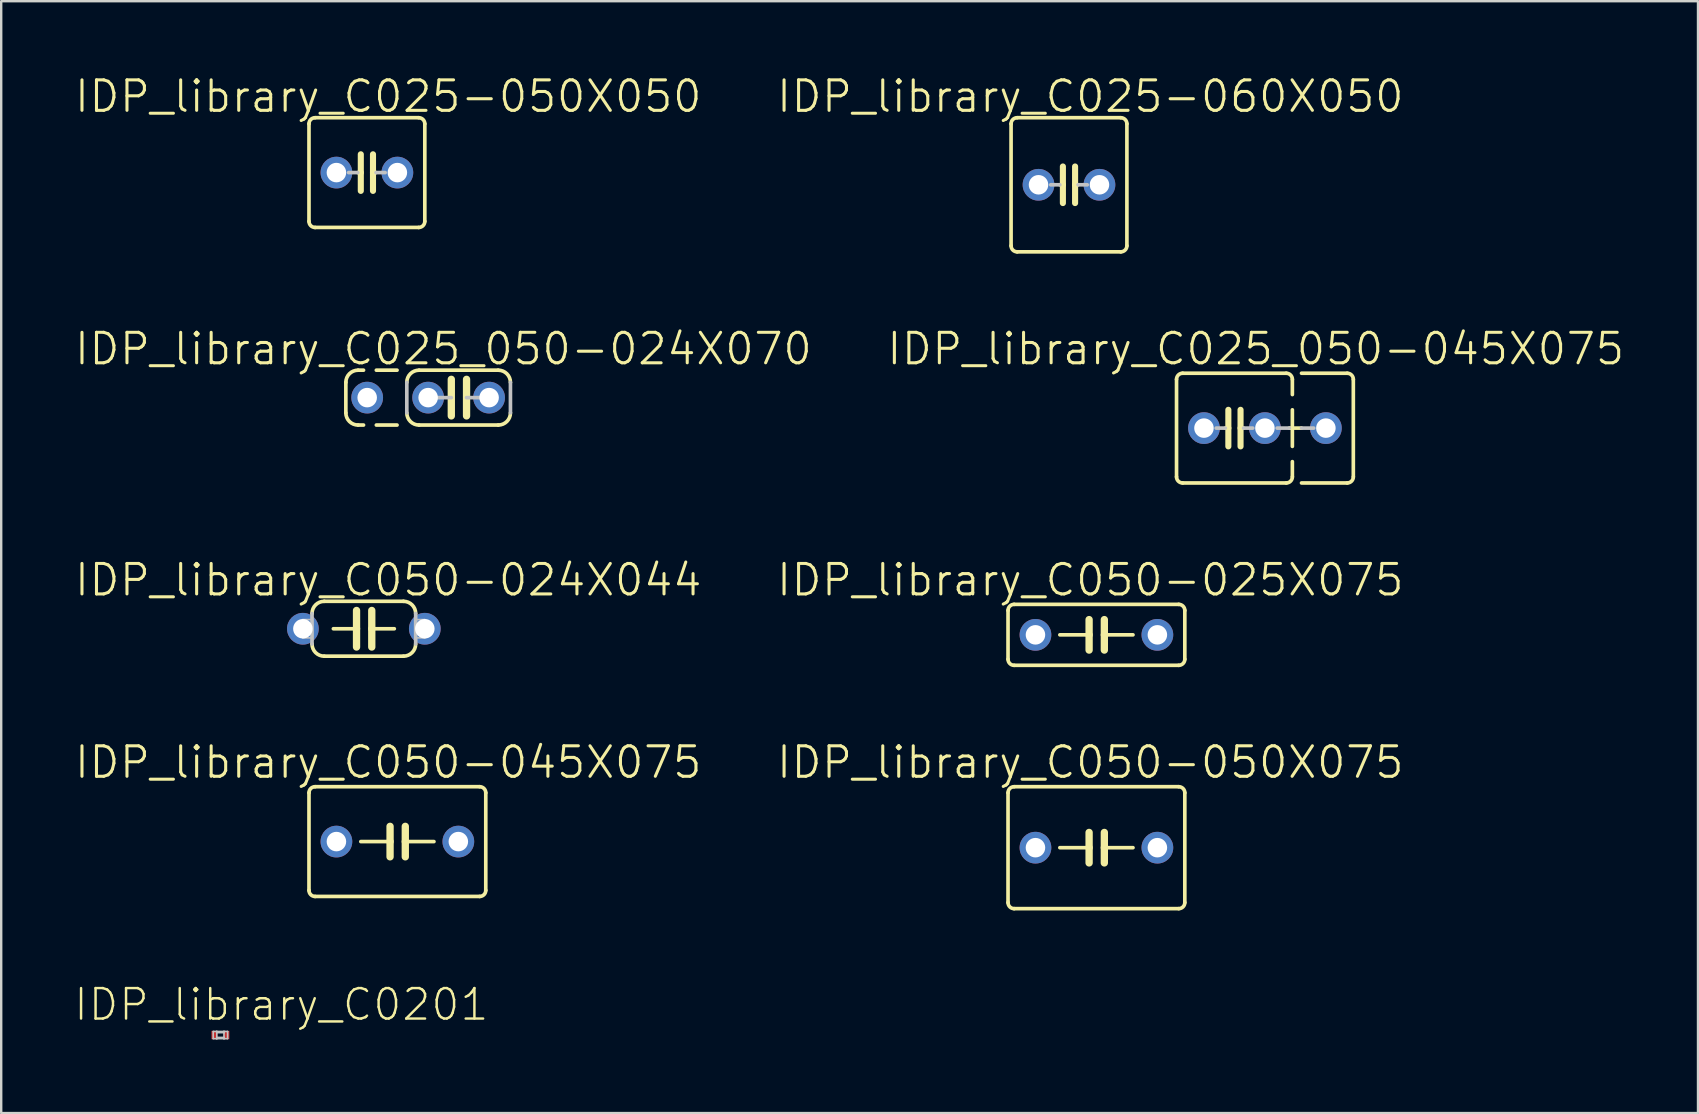
<source format=kicad_pcb>
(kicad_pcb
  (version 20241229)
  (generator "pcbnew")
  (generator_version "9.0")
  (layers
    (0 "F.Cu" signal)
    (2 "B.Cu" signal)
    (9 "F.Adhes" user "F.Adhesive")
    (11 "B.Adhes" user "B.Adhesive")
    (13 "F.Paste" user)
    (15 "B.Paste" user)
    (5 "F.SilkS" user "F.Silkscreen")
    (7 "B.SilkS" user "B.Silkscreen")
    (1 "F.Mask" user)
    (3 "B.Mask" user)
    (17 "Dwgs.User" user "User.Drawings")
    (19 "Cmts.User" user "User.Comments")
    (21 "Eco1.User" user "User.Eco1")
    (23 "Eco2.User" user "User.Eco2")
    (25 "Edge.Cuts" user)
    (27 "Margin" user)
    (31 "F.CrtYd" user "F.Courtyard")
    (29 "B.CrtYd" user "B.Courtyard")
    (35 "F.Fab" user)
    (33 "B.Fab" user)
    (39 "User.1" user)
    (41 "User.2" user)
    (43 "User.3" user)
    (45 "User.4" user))
  (footprint "IDP_library_C050-024X044"
    (layer "F.Cu")
    (at 12.11 23.147)
    (property "Reference" "IDP_library_C050-024X044" (at 1.016 -2.032 0) (layer "F.SilkS") (effects (font (size 1.27 1.27) (thickness 0.127))))
    (attr exclude_from_pos_files exclude_from_bom)
    (fp_line (start -1.27 0) (end -0.305 0) (stroke (width 0.152) (type solid)) (layer "F.SilkS"))
    (fp_line (start -0.305 -0.762) (end -0.305 0) (stroke (width 0.305) (type solid)) (layer "F.SilkS"))
    (fp_line (start -0.305 0) (end -0.305 0.762) (stroke (width 0.305) (type solid)) (layer "F.SilkS"))
    (fp_line (start 0.33 -0.762) (end 0.33 0) (stroke (width 0.305) (type solid)) (layer "F.SilkS"))
    (fp_line (start 0.33 0) (end 0.33 0.762) (stroke (width 0.305) (type solid)) (layer "F.SilkS"))
    (fp_line (start 1.27 0) (end 0.33 0) (stroke (width 0.152) (type solid)) (layer "F.SilkS"))
    (fp_line (start 1.651 -1.143) (end -1.651 -1.143) (stroke (width 0.152) (type solid)) (layer "F.SilkS"))
    (fp_line (start 1.651 1.143) (end -1.651 1.143) (stroke (width 0.152) (type solid)) (layer "F.SilkS"))
    (fp_arc (start -2.159 -0.635) (mid -2.01021 -0.99421) (end -1.651 -1.143) (stroke (width 0.1524) (type solid)) (layer "F.SilkS"))
    (fp_arc (start -1.651 1.143) (mid -2.01021 0.99421) (end -2.159 0.635) (stroke (width 0.1524) (type solid)) (layer "F.SilkS"))
    (fp_arc (start 1.651 -1.143) (mid 2.01021 -0.99421) (end 2.159 -0.635) (stroke (width 0.1524) (type solid)) (layer "F.SilkS"))
    (fp_arc (start 2.159 0.635) (mid 2.01021 0.99421) (end 1.651 1.143) (stroke (width 0.1524) (type solid)) (layer "F.SilkS"))
    (fp_line (start -2.54 -0.381) (end -2.159 -0.381) (stroke (width 0.066) (type solid)) (layer "Dwgs.User"))
    (fp_line (start -2.54 0.381) (end -2.54 -0.381) (stroke (width 0.066) (type solid)) (layer "Dwgs.User"))
    (fp_line (start -2.54 0.381) (end -2.159 0.381) (stroke (width 0.066) (type solid)) (layer "Dwgs.User"))
    (fp_line (start -2.159 0.381) (end -2.159 -0.381) (stroke (width 0.066) (type solid)) (layer "Dwgs.User"))
    (fp_line (start -2.159 0.635) (end -2.159 -0.635) (stroke (width 0.152) (type solid)) (layer "Dwgs.User"))
    (fp_line (start 2.159 -0.381) (end 2.54 -0.381) (stroke (width 0.066) (type solid)) (layer "Dwgs.User"))
    (fp_line (start 2.159 0.381) (end 2.159 -0.381) (stroke (width 0.066) (type solid)) (layer "Dwgs.User"))
    (fp_line (start 2.159 0.381) (end 2.54 0.381) (stroke (width 0.066) (type solid)) (layer "Dwgs.User"))
    (fp_line (start 2.159 0.635) (end 2.159 -0.635) (stroke (width 0.152) (type solid)) (layer "Dwgs.User"))
    (fp_line (start 2.54 0.381) (end 2.54 -0.381) (stroke (width 0.066) (type solid)) (layer "Dwgs.User"))
    (pad "1" thru_hole circle (at -2.54 0) (size 1.321 1.321) (drill 0.813) (layers "*.Cu" "*.Paste" "*.Mask"))
    (pad "2" thru_hole circle (at 2.54 0) (size 1.321 1.321) (drill 0.813) (layers "*.Cu" "*.Paste" "*.Mask")))
  (footprint "IDP_library_C050-045X075"
    (layer "F.Cu")
    (at 13.507 32.015)
    (property "Reference" "IDP_library_C050-045X075" (at -0.381 -3.302 0) (layer "F.SilkS") (effects (font (size 1.27 1.27) (thickness 0.127))))
    (attr exclude_from_pos_files exclude_from_bom)
    (fp_line (start -3.683 -2.032) (end -3.683 2.032) (stroke (width 0.152) (type solid)) (layer "F.SilkS"))
    (fp_line (start -3.429 2.286) (end 3.429 2.286) (stroke (width 0.152) (type solid)) (layer "F.SilkS"))
    (fp_line (start -0.305 -0.635) (end -0.305 0) (stroke (width 0.305) (type solid)) (layer "F.SilkS"))
    (fp_line (start -0.305 0) (end -1.524 0) (stroke (width 0.152) (type solid)) (layer "F.SilkS"))
    (fp_line (start -0.305 0) (end -0.305 0.635) (stroke (width 0.305) (type solid)) (layer "F.SilkS"))
    (fp_line (start 0.33 -0.635) (end 0.33 0) (stroke (width 0.305) (type solid)) (layer "F.SilkS"))
    (fp_line (start 0.33 0) (end 0.33 0.635) (stroke (width 0.305) (type solid)) (layer "F.SilkS"))
    (fp_line (start 0.33 0) (end 1.524 0) (stroke (width 0.152) (type solid)) (layer "F.SilkS"))
    (fp_line (start 3.429 -2.286) (end -3.429 -2.286) (stroke (width 0.152) (type solid)) (layer "F.SilkS"))
    (fp_line (start 3.683 2.032) (end 3.683 -2.032) (stroke (width 0.152) (type solid)) (layer "F.SilkS"))
    (fp_arc (start -3.683 -2.032) (mid -3.608605 -2.211605) (end -3.429 -2.286) (stroke (width 0.1524) (type solid)) (layer "F.SilkS"))
    (fp_arc (start -3.429 2.286) (mid -3.608605 2.211605) (end -3.683 2.032) (stroke (width 0.1524) (type solid)) (layer "F.SilkS"))
    (fp_arc (start 3.429 -2.286) (mid 3.608605 -2.211605) (end 3.683 -2.032) (stroke (width 0.1524) (type solid)) (layer "F.SilkS"))
    (fp_arc (start 3.683 2.032) (mid 3.608605 2.211605) (end 3.429 2.286) (stroke (width 0.1524) (type solid)) (layer "F.SilkS"))
    (pad "1" thru_hole circle (at -2.54 0) (size 1.321 1.321) (drill 0.813) (layers "*.Cu" "*.Paste" "*.Mask"))
    (pad "2" thru_hole circle (at 2.54 0) (size 1.321 1.321) (drill 0.813) (layers "*.Cu" "*.Paste" "*.Mask")))
  (footprint "IDP_library_C025-050X050"
    (layer "F.Cu")
    (at 12.237 4.141)
    (property "Reference" "IDP_library_C025-050X050" (at 0.889 -3.175 0) (layer "F.SilkS") (effects (font (size 1.27 1.27) (thickness 0.127))))
    (attr exclude_from_pos_files exclude_from_bom)
    (fp_line (start -2.413 -2.032) (end -2.413 2.032) (stroke (width 0.152) (type solid)) (layer "F.SilkS"))
    (fp_line (start -2.159 -2.286) (end 2.159 -2.286) (stroke (width 0.152) (type solid)) (layer "F.SilkS"))
    (fp_line (start -0.254 -0.762) (end -0.254 0) (stroke (width 0.254) (type solid)) (layer "F.SilkS"))
    (fp_line (start -0.254 0) (end -0.381 0) (stroke (width 0.152) (type solid)) (layer "F.SilkS"))
    (fp_line (start -0.254 0) (end -0.254 0.762) (stroke (width 0.254) (type solid)) (layer "F.SilkS"))
    (fp_line (start 0.254 0) (end 0.254 -0.762) (stroke (width 0.254) (type solid)) (layer "F.SilkS"))
    (fp_line (start 0.254 0) (end 0.254 0.762) (stroke (width 0.254) (type solid)) (layer "F.SilkS"))
    (fp_line (start 0.381 0) (end 0.254 0) (stroke (width 0.152) (type solid)) (layer "F.SilkS"))
    (fp_line (start 2.159 2.286) (end -2.159 2.286) (stroke (width 0.152) (type solid)) (layer "F.SilkS"))
    (fp_line (start 2.413 -2.032) (end 2.413 2.032) (stroke (width 0.152) (type solid)) (layer "F.SilkS"))
    (fp_arc (start -2.413 -2.032) (mid -2.338605 -2.211605) (end -2.159 -2.286) (stroke (width 0.1524) (type solid)) (layer "F.SilkS"))
    (fp_arc (start -2.159 2.286) (mid -2.338605 2.211605) (end -2.413 2.032) (stroke (width 0.1524) (type solid)) (layer "F.SilkS"))
    (fp_arc (start 2.159 -2.286) (mid 2.338605 -2.211605) (end 2.413 -2.032) (stroke (width 0.1524) (type solid)) (layer "F.SilkS"))
    (fp_arc (start 2.413 2.032) (mid 2.338605 2.211605) (end 2.159 2.286) (stroke (width 0.1524) (type solid)) (layer "F.SilkS"))
    (fp_line (start -0.381 0) (end -0.762 0) (stroke (width 0.152) (type solid)) (layer "Dwgs.User"))
    (fp_line (start 0.762 0) (end 0.381 0) (stroke (width 0.152) (type solid)) (layer "Dwgs.User"))
    (pad "1" thru_hole circle (at -1.27 0) (size 1.321 1.321) (drill 0.813) (layers "*.Cu" "*.Paste" "*.Mask"))
    (pad "2" thru_hole circle (at 1.27 0) (size 1.321 1.321) (drill 0.813) (layers "*.Cu" "*.Paste" "*.Mask")))
  (footprint "IDP_library_C050-050X075"
    (layer "F.Cu")
    (at 42.633 32.269)
    (property "Reference" "IDP_library_C050-050X075" (at -0.254 -3.556 0) (layer "F.SilkS") (effects (font (size 1.27 1.27) (thickness 0.127))))
    (attr exclude_from_pos_files exclude_from_bom)
    (fp_line (start -3.683 -2.286) (end -3.683 2.286) (stroke (width 0.152) (type solid)) (layer "F.SilkS"))
    (fp_line (start -3.429 2.54) (end 3.429 2.54) (stroke (width 0.152) (type solid)) (layer "F.SilkS"))
    (fp_line (start -0.305 -0.635) (end -0.305 0) (stroke (width 0.305) (type solid)) (layer "F.SilkS"))
    (fp_line (start -0.305 0) (end -1.524 0) (stroke (width 0.152) (type solid)) (layer "F.SilkS"))
    (fp_line (start -0.305 0) (end -0.305 0.635) (stroke (width 0.305) (type solid)) (layer "F.SilkS"))
    (fp_line (start 0.33 -0.635) (end 0.33 0) (stroke (width 0.305) (type solid)) (layer "F.SilkS"))
    (fp_line (start 0.33 0) (end 0.33 0.635) (stroke (width 0.305) (type solid)) (layer "F.SilkS"))
    (fp_line (start 0.33 0) (end 1.524 0) (stroke (width 0.152) (type solid)) (layer "F.SilkS"))
    (fp_line (start 3.429 -2.54) (end -3.429 -2.54) (stroke (width 0.152) (type solid)) (layer "F.SilkS"))
    (fp_line (start 3.683 2.286) (end 3.683 -2.286) (stroke (width 0.152) (type solid)) (layer "F.SilkS"))
    (fp_arc (start -3.683 -2.286) (mid -3.608605 -2.465605) (end -3.429 -2.54) (stroke (width 0.1524) (type solid)) (layer "F.SilkS"))
    (fp_arc (start -3.429 2.54) (mid -3.608605 2.465605) (end -3.683 2.286) (stroke (width 0.1524) (type solid)) (layer "F.SilkS"))
    (fp_arc (start 3.429 -2.54) (mid 3.608605 -2.465605) (end 3.683 -2.286) (stroke (width 0.1524) (type solid)) (layer "F.SilkS"))
    (fp_arc (start 3.683 2.286) (mid 3.608605 2.465605) (end 3.429 2.54) (stroke (width 0.1524) (type solid)) (layer "F.SilkS"))
    (pad "1" thru_hole circle (at -2.54 0) (size 1.321 1.321) (drill 0.813) (layers "*.Cu" "*.Paste" "*.Mask"))
    (pad "2" thru_hole circle (at 2.54 0) (size 1.321 1.321) (drill 0.813) (layers "*.Cu" "*.Paste" "*.Mask")))
  (footprint "IDP_library_C025_050-045X075"
    (layer "F.Cu")
    (at 48.384 14.787)
    (property "Reference" "IDP_library_C025_050-045X075" (at 0.889 -3.302 0) (layer "F.SilkS") (effects (font (size 1.27 1.27) (thickness 0.127))))
    (attr exclude_from_pos_files exclude_from_bom)
    (fp_line (start -2.413 -2.032) (end -2.413 2.032) (stroke (width 0.152) (type solid)) (layer "F.SilkS"))
    (fp_line (start -2.159 -2.286) (end 2.159 -2.286) (stroke (width 0.152) (type solid)) (layer "F.SilkS"))
    (fp_line (start -0.254 -0.762) (end -0.254 0) (stroke (width 0.254) (type solid)) (layer "F.SilkS"))
    (fp_line (start -0.254 0) (end -0.381 0) (stroke (width 0.152) (type solid)) (layer "F.SilkS"))
    (fp_line (start -0.254 0) (end -0.254 0.762) (stroke (width 0.254) (type solid)) (layer "F.SilkS"))
    (fp_line (start 0.254 0) (end 0.254 -0.762) (stroke (width 0.254) (type solid)) (layer "F.SilkS"))
    (fp_line (start 0.254 0) (end 0.254 0.762) (stroke (width 0.254) (type solid)) (layer "F.SilkS"))
    (fp_line (start 0.381 0) (end 0.254 0) (stroke (width 0.152) (type solid)) (layer "F.SilkS"))
    (fp_line (start 2.159 2.286) (end -2.159 2.286) (stroke (width 0.152) (type solid)) (layer "F.SilkS"))
    (fp_line (start 2.286 0) (end 2.794 0) (stroke (width 0.152) (type solid)) (layer "F.SilkS"))
    (fp_line (start 2.413 -2.032) (end 2.413 -1.397) (stroke (width 0.152) (type solid)) (layer "F.SilkS"))
    (fp_line (start 2.413 -0.762) (end 2.413 0.762) (stroke (width 0.152) (type solid)) (layer "F.SilkS"))
    (fp_line (start 2.413 1.397) (end 2.413 2.032) (stroke (width 0.152) (type solid)) (layer "F.SilkS"))
    (fp_line (start 2.794 -2.286) (end 4.699 -2.286) (stroke (width 0.152) (type solid)) (layer "F.SilkS"))
    (fp_line (start 4.699 2.286) (end 2.794 2.286) (stroke (width 0.152) (type solid)) (layer "F.SilkS"))
    (fp_line (start 4.953 -2.032) (end 4.953 2.032) (stroke (width 0.152) (type solid)) (layer "F.SilkS"))
    (fp_arc (start -2.413 -2.032) (mid -2.338605 -2.211605) (end -2.159 -2.286) (stroke (width 0.1524) (type solid)) (layer "F.SilkS"))
    (fp_arc (start -2.159 2.286) (mid -2.338605 2.211605) (end -2.413 2.032) (stroke (width 0.1524) (type solid)) (layer "F.SilkS"))
    (fp_arc (start 2.159 -2.286) (mid 2.338605 -2.211605) (end 2.413 -2.032) (stroke (width 0.1524) (type solid)) (layer "F.SilkS"))
    (fp_arc (start 2.413 2.032) (mid 2.338605 2.211605) (end 2.159 2.286) (stroke (width 0.1524) (type solid)) (layer "F.SilkS"))
    (fp_arc (start 4.699 -2.286) (mid 4.878605 -2.211605) (end 4.953 -2.032) (stroke (width 0.1524) (type solid)) (layer "F.SilkS"))
    (fp_arc (start 4.953 2.032) (mid 4.878605 2.211605) (end 4.699 2.286) (stroke (width 0.1524) (type solid)) (layer "F.SilkS"))
    (fp_line (start -0.381 0) (end -0.762 0) (stroke (width 0.152) (type solid)) (layer "Dwgs.User"))
    (fp_line (start 0.381 0) (end 0.762 0) (stroke (width 0.152) (type solid)) (layer "Dwgs.User"))
    (fp_line (start 2.286 0) (end 1.778 0) (stroke (width 0.152) (type solid)) (layer "Dwgs.User"))
    (fp_line (start 2.794 0) (end 3.302 0) (stroke (width 0.152) (type solid)) (layer "Dwgs.User"))
    (pad "1" thru_hole circle (at -1.27 0) (size 1.321 1.321) (drill 0.813) (layers "*.Cu" "*.Paste" "*.Mask"))
    (pad "2" thru_hole circle (at 1.27 0) (size 1.321 1.321) (drill 0.813) (layers "*.Cu" "*.Paste" "*.Mask"))
    (pad "3" thru_hole circle (at 3.81 0) (size 1.321 1.321) (drill 0.813) (layers "*.Cu" "*.Paste" "*.Mask")))
  (footprint "IDP_library_C025_050-024X070"
    (layer "F.Cu")
    (at 16.059 13.517)
    (property "Reference" "IDP_library_C025_050-024X070" (at -0.635 -2.032 0) (layer "F.SilkS") (effects (font (size 1.27 1.27) (thickness 0.127))))
    (attr exclude_from_pos_files exclude_from_bom)
    (fp_line (start -4.699 0.635) (end -4.699 -0.635) (stroke (width 0.152) (type solid)) (layer "F.SilkS"))
    (fp_line (start -4.191 -1.143) (end -3.962 -1.143) (stroke (width 0.152) (type solid)) (layer "F.SilkS"))
    (fp_line (start -4.191 1.143) (end -3.962 1.143) (stroke (width 0.152) (type solid)) (layer "F.SilkS"))
    (fp_line (start -3.429 -1.143) (end -2.565 -1.143) (stroke (width 0.152) (type solid)) (layer "F.SilkS"))
    (fp_line (start -3.429 1.143) (end -2.565 1.143) (stroke (width 0.152) (type solid)) (layer "F.SilkS"))
    (fp_line (start -0.305 -0.762) (end -0.305 0.762) (stroke (width 0.305) (type solid)) (layer "F.SilkS"))
    (fp_line (start 0.33 -0.762) (end 0.33 0.762) (stroke (width 0.305) (type solid)) (layer "F.SilkS"))
    (fp_line (start 1.651 -1.143) (end -1.651 -1.143) (stroke (width 0.152) (type solid)) (layer "F.SilkS"))
    (fp_line (start 1.651 1.143) (end -1.651 1.143) (stroke (width 0.152) (type solid)) (layer "F.SilkS"))
    (fp_arc (start -4.699 -0.635) (mid -4.55021 -0.99421) (end -4.191 -1.143) (stroke (width 0.1524) (type solid)) (layer "F.SilkS"))
    (fp_arc (start -4.191 1.143) (mid -4.55021 0.99421) (end -4.699 0.635) (stroke (width 0.1524) (type solid)) (layer "F.SilkS"))
    (fp_arc (start -2.159 -0.635) (mid -2.01021 -0.99421) (end -1.651 -1.143) (stroke (width 0.1524) (type solid)) (layer "F.SilkS"))
    (fp_arc (start -1.651 1.143) (mid -2.01021 0.99421) (end -2.159 0.635) (stroke (width 0.1524) (type solid)) (layer "F.SilkS"))
    (fp_arc (start 1.651 -1.143) (mid 2.01021 -0.99421) (end 2.159 -0.635) (stroke (width 0.1524) (type solid)) (layer "F.SilkS"))
    (fp_arc (start 2.159 0.635) (mid 2.01021 0.99421) (end 1.651 1.143) (stroke (width 0.1524) (type solid)) (layer "F.SilkS"))
    (fp_line (start -2.159 0.635) (end -2.159 -0.635) (stroke (width 0.152) (type solid)) (layer "Dwgs.User"))
    (fp_line (start -1.27 0) (end -0.305 0) (stroke (width 0.152) (type solid)) (layer "Dwgs.User"))
    (fp_line (start 1.27 0) (end 0.33 0) (stroke (width 0.152) (type solid)) (layer "Dwgs.User"))
    (fp_line (start 2.159 0.635) (end 2.159 -0.635) (stroke (width 0.152) (type solid)) (layer "Dwgs.User"))
    (pad "1" thru_hole circle (at -3.81 0) (size 1.321 1.321) (drill 0.813) (layers "*.Cu" "*.Paste" "*.Mask"))
    (pad "2" thru_hole circle (at -1.27 0) (size 1.321 1.321) (drill 0.813) (layers "*.Cu" "*.Paste" "*.Mask"))
    (pad "3" thru_hole circle (at 1.27 0) (size 1.321 1.321) (drill 0.813) (layers "*.Cu" "*.Paste" "*.Mask")))
  (footprint "IDP_library_C050-025X075"
    (layer "F.Cu")
    (at 42.633 23.401)
    (property "Reference" "IDP_library_C050-025X075" (at -0.254 -2.286 0) (layer "F.SilkS") (effects (font (size 1.27 1.27) (thickness 0.127))))
    (attr exclude_from_pos_files exclude_from_bom)
    (fp_line (start -3.683 -1.016) (end -3.683 1.016) (stroke (width 0.152) (type solid)) (layer "F.SilkS"))
    (fp_line (start -3.429 1.27) (end 3.429 1.27) (stroke (width 0.152) (type solid)) (layer "F.SilkS"))
    (fp_line (start -0.305 -0.635) (end -0.305 0) (stroke (width 0.305) (type solid)) (layer "F.SilkS"))
    (fp_line (start -0.305 0) (end -1.524 0) (stroke (width 0.152) (type solid)) (layer "F.SilkS"))
    (fp_line (start -0.305 0) (end -0.305 0.635) (stroke (width 0.305) (type solid)) (layer "F.SilkS"))
    (fp_line (start 0.33 -0.635) (end 0.33 0) (stroke (width 0.305) (type solid)) (layer "F.SilkS"))
    (fp_line (start 0.33 0) (end 0.33 0.635) (stroke (width 0.305) (type solid)) (layer "F.SilkS"))
    (fp_line (start 0.33 0) (end 1.524 0) (stroke (width 0.152) (type solid)) (layer "F.SilkS"))
    (fp_line (start 3.429 -1.27) (end -3.429 -1.27) (stroke (width 0.152) (type solid)) (layer "F.SilkS"))
    (fp_line (start 3.683 1.016) (end 3.683 -1.016) (stroke (width 0.152) (type solid)) (layer "F.SilkS"))
    (fp_arc (start -3.683 -1.016) (mid -3.608605 -1.195605) (end -3.429 -1.27) (stroke (width 0.1524) (type solid)) (layer "F.SilkS"))
    (fp_arc (start -3.429 1.27) (mid -3.608605 1.195605) (end -3.683 1.016) (stroke (width 0.1524) (type solid)) (layer "F.SilkS"))
    (fp_arc (start 3.429 -1.27) (mid 3.608605 -1.195605) (end 3.683 -1.016) (stroke (width 0.1524) (type solid)) (layer "F.SilkS"))
    (fp_arc (start 3.683 1.016) (mid 3.608605 1.195605) (end 3.429 1.27) (stroke (width 0.1524) (type solid)) (layer "F.SilkS"))
    (pad "1" thru_hole circle (at -2.54 0) (size 1.321 1.321) (drill 0.813) (layers "*.Cu" "*.Paste" "*.Mask"))
    (pad "2" thru_hole circle (at 2.54 0) (size 1.321 1.321) (drill 0.813) (layers "*.Cu" "*.Paste" "*.Mask")))
  (footprint "IDP_library_C0201"
    (layer "F.Cu")
    (at 6.133 40.076)
    (property "Reference" "IDP_library_C0201" (at 2.54 -1.27 0) (layer "F.SilkS") (effects (font (size 1.27 1.27) (thickness 0.102))))
    (attr smd)
    (fp_line (start -0.3 -0.15) (end -0.15 -0.15) (stroke (width 0.066) (type solid)) (layer "Dwgs.User"))
    (fp_line (start -0.3 0.15) (end -0.3 -0.15) (stroke (width 0.066) (type solid)) (layer "Dwgs.User"))
    (fp_line (start -0.3 0.15) (end -0.15 0.15) (stroke (width 0.066) (type solid)) (layer "Dwgs.User"))
    (fp_line (start -0.15 -0.15) (end 0.15 -0.15) (stroke (width 0.066) (type solid)) (layer "Dwgs.User"))
    (fp_line (start -0.15 -0.099) (end -0.15 -0.15) (stroke (width 0.066) (type solid)) (layer "Dwgs.User"))
    (fp_line (start -0.15 -0.099) (end 0.15 -0.099) (stroke (width 0.066) (type solid)) (layer "Dwgs.User"))
    (fp_line (start -0.15 0.099) (end 0.15 0.099) (stroke (width 0.066) (type solid)) (layer "Dwgs.User"))
    (fp_line (start -0.15 0.15) (end -0.15 -0.15) (stroke (width 0.066) (type solid)) (layer "Dwgs.User"))
    (fp_line (start -0.15 0.15) (end -0.15 0.099) (stroke (width 0.066) (type solid)) (layer "Dwgs.User"))
    (fp_line (start -0.15 0.15) (end 0.15 0.15) (stroke (width 0.066) (type solid)) (layer "Dwgs.User"))
    (fp_line (start 0.15 -0.15) (end 0.3 -0.15) (stroke (width 0.066) (type solid)) (layer "Dwgs.User"))
    (fp_line (start 0.15 -0.099) (end 0.15 -0.15) (stroke (width 0.066) (type solid)) (layer "Dwgs.User"))
    (fp_line (start 0.15 0.15) (end 0.15 -0.15) (stroke (width 0.066) (type solid)) (layer "Dwgs.User"))
    (fp_line (start 0.15 0.15) (end 0.15 0.099) (stroke (width 0.066) (type solid)) (layer "Dwgs.User"))
    (fp_line (start 0.15 0.15) (end 0.3 0.15) (stroke (width 0.066) (type solid)) (layer "Dwgs.User"))
    (fp_line (start 0.3 0.15) (end 0.3 -0.15) (stroke (width 0.066) (type solid)) (layer "Dwgs.User"))
    (pad "1" smd rect (at -0.249 0) (size 0.249 0.348) (layers "F.Cu" "F.Mask" "F.Paste"))
    (pad "2" smd rect (at 0.249 0) (size 0.249 0.348) (layers "F.Cu" "F.Mask" "F.Paste")))
  (footprint "IDP_library_C025-060X050"
    (layer "F.Cu")
    (at 41.49 4.649)
    (property "Reference" "IDP_library_C025-060X050" (at 0.889 -3.683 0) (layer "F.SilkS") (effects (font (size 1.27 1.27) (thickness 0.127))))
    (attr exclude_from_pos_files exclude_from_bom)
    (fp_line (start -2.413 -2.54) (end -2.413 2.54) (stroke (width 0.152) (type solid)) (layer "F.SilkS"))
    (fp_line (start -2.159 -2.794) (end 2.159 -2.794) (stroke (width 0.152) (type solid)) (layer "F.SilkS"))
    (fp_line (start -0.254 -0.762) (end -0.254 0) (stroke (width 0.254) (type solid)) (layer "F.SilkS"))
    (fp_line (start -0.254 0) (end -0.381 0) (stroke (width 0.152) (type solid)) (layer "F.SilkS"))
    (fp_line (start -0.254 0) (end -0.254 0.762) (stroke (width 0.254) (type solid)) (layer "F.SilkS"))
    (fp_line (start 0.254 0) (end 0.254 -0.762) (stroke (width 0.254) (type solid)) (layer "F.SilkS"))
    (fp_line (start 0.254 0) (end 0.254 0.762) (stroke (width 0.254) (type solid)) (layer "F.SilkS"))
    (fp_line (start 0.381 0) (end 0.254 0) (stroke (width 0.152) (type solid)) (layer "F.SilkS"))
    (fp_line (start 2.159 2.794) (end -2.159 2.794) (stroke (width 0.152) (type solid)) (layer "F.SilkS"))
    (fp_line (start 2.413 -2.54) (end 2.413 2.54) (stroke (width 0.152) (type solid)) (layer "F.SilkS"))
    (fp_arc (start -2.413 -2.54) (mid -2.338605 -2.719605) (end -2.159 -2.794) (stroke (width 0.1524) (type solid)) (layer "F.SilkS"))
    (fp_arc (start -2.159 2.794) (mid -2.338605 2.719605) (end -2.413 2.54) (stroke (width 0.1524) (type solid)) (layer "F.SilkS"))
    (fp_arc (start 2.159 -2.794) (mid 2.338605 -2.719605) (end 2.413 -2.54) (stroke (width 0.1524) (type solid)) (layer "F.SilkS"))
    (fp_arc (start 2.413 2.54) (mid 2.338605 2.719605) (end 2.159 2.794) (stroke (width 0.1524) (type solid)) (layer "F.SilkS"))
    (fp_line (start -0.381 0) (end -0.762 0) (stroke (width 0.152) (type solid)) (layer "Dwgs.User"))
    (fp_line (start 0.762 0) (end 0.381 0) (stroke (width 0.152) (type solid)) (layer "Dwgs.User"))
    (pad "1" thru_hole circle (at -1.27 0) (size 1.321 1.321) (drill 0.813) (layers "*.Cu" "*.Paste" "*.Mask"))
    (pad "2" thru_hole circle (at 1.27 0) (size 1.321 1.321) (drill 0.813) (layers "*.Cu" "*.Paste" "*.Mask")))
  (gr_rect
    (start -3 -3)
    (end 67.698 43.326)
    (stroke (width 0.1) (type default))
    (fill no)
    (layer "Edge.Cuts")))
</source>
